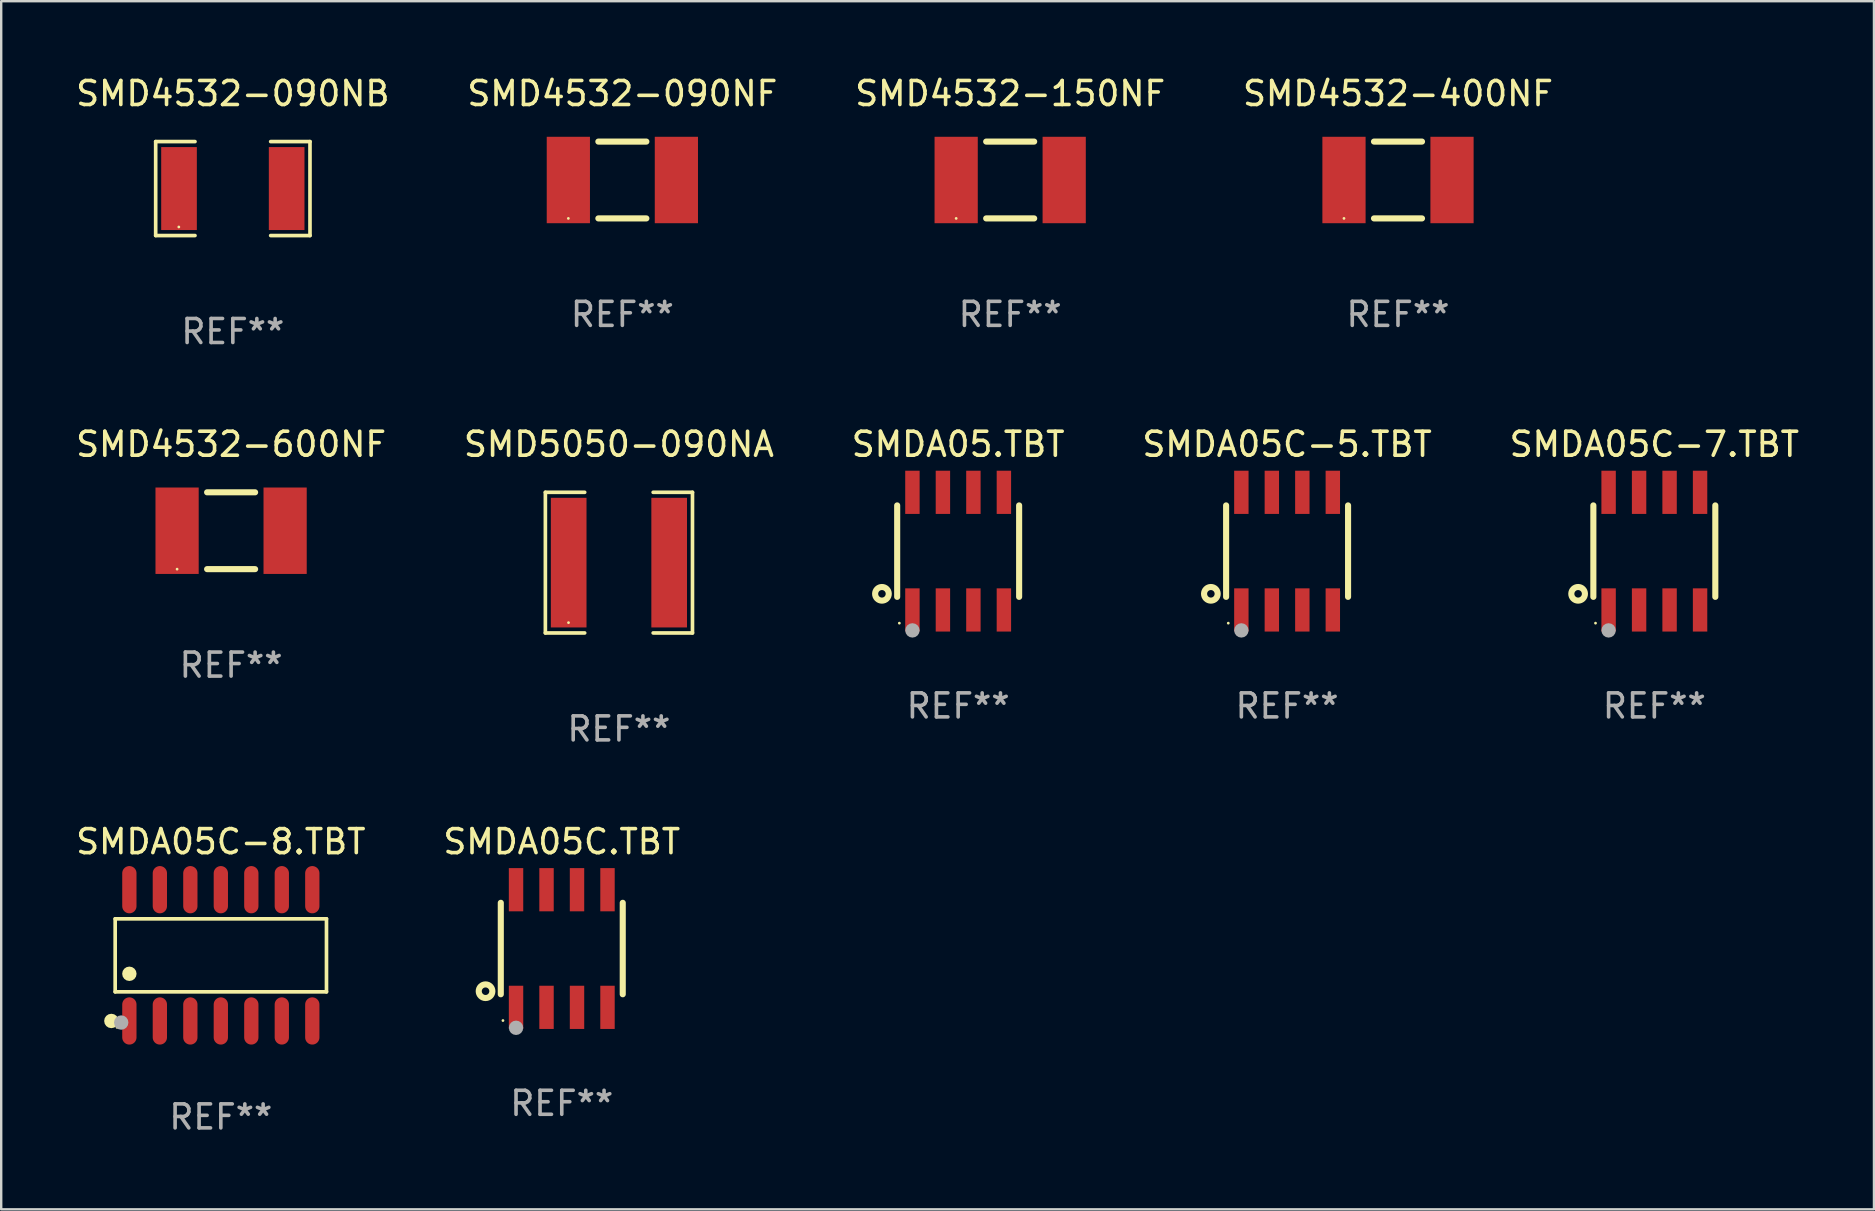
<source format=kicad_pcb>
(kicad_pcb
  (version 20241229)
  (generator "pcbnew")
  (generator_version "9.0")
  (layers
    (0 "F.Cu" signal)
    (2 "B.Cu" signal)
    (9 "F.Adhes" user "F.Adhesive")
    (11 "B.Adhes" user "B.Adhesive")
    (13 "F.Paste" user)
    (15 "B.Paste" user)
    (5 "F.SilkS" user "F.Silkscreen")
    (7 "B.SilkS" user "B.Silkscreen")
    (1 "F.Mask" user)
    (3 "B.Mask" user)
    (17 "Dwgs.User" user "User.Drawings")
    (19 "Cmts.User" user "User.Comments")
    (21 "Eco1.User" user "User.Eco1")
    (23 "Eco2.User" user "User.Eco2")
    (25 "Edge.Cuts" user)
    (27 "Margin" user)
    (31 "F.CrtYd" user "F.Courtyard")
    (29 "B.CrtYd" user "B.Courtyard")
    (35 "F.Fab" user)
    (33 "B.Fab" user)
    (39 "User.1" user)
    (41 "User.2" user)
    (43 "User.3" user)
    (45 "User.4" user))
  (footprint "SMD4532-090NB"
    (layer "F.Cu")
    (at 6.649 4.805)
    (property "Reference" "SMD4532-090NB" (at 0 -3.957 0) (layer "F.SilkS") (effects (font (size 1 1) (thickness 0.15))))
    (attr through_hole)
    (fp_line (start -3.214 -1.957) (end -1.576 -1.957) (stroke (width 0.152) (type solid)) (layer "F.SilkS"))
    (fp_line (start -3.214 1.957) (end -3.214 -1.957) (stroke (width 0.152) (type solid)) (layer "F.SilkS"))
    (fp_line (start -1.576 1.957) (end -3.214 1.957) (stroke (width 0.152) (type solid)) (layer "F.SilkS"))
    (fp_line (start 1.576 1.957) (end 3.214 1.957) (stroke (width 0.152) (type solid)) (layer "F.SilkS"))
    (fp_line (start 3.214 -1.957) (end 1.576 -1.957) (stroke (width 0.152) (type solid)) (layer "F.SilkS"))
    (fp_line (start 3.214 1.957) (end 3.214 -1.957) (stroke (width 0.152) (type solid)) (layer "F.SilkS"))
    (fp_circle (center -2.25 1.6) (end -2.22 1.6) (stroke (width 0.06) (type solid)) (fill no) (layer "F.SilkS"))
    (fp_text user "REF**" (at 0 5.957 0) (layer "F.Fab") (effects (font (size 1 1) (thickness 0.15))))
    (pad "1" smd rect (at -2.242 0) (size 1.485 3.456) (layers "F.Cu" "F.Mask" "F.Paste"))
    (pad "2" smd rect (at 2.242 0) (size 1.485 3.456) (layers "F.Cu" "F.Mask" "F.Paste")))
  (footprint "SMDA05C-7.TBT"
    (layer "F.Cu")
    (at 65.863 19.908)
    (property "Reference" "SMDA05C-7.TBT" (at 0 -4.45 0) (layer "F.SilkS") (effects (font (size 1 1) (thickness 0.15))))
    (attr through_hole)
    (fp_line (start -2.54 -1.905) (end -2.54 1.905) (stroke (width 0.254) (type solid)) (layer "F.SilkS"))
    (fp_line (start 2.54 -1.905) (end 2.54 1.905) (stroke (width 0.254) (type solid)) (layer "F.SilkS"))
    (fp_circle (center -3.175 1.778) (end -2.891 1.778) (stroke (width 0.254) (type solid)) (fill no) (layer "F.SilkS"))
    (fp_circle (center -2.45 3) (end -2.42 3) (stroke (width 0.06) (type solid)) (fill no) (layer "F.SilkS"))
    (fp_circle (center -1.905 3.302) (end -1.755 3.302) (stroke (width 0.3) (type solid)) (fill no) (layer "F.Fab"))
    (fp_text user "REF**" (at 0 6.45 0) (layer "F.Fab") (effects (font (size 1 1) (thickness 0.15))))
    (pad "1" smd rect (at -1.905 2.45) (size 0.6 1.8) (layers "F.Cu" "F.Mask" "F.Paste"))
    (pad "2" smd rect (at -0.635 2.45) (size 0.6 1.8) (layers "F.Cu" "F.Mask" "F.Paste"))
    (pad "3" smd rect (at 0.635 2.45) (size 0.6 1.8) (layers "F.Cu" "F.Mask" "F.Paste"))
    (pad "4" smd rect (at 1.905 2.45) (size 0.6 1.8) (layers "F.Cu" "F.Mask" "F.Paste"))
    (pad "5" smd rect (at 1.905 -2.45 180) (size 0.6 1.8) (layers "F.Cu" "F.Mask" "F.Paste"))
    (pad "6" smd rect (at 0.635 -2.45 180) (size 0.6 1.8) (layers "F.Cu" "F.Mask" "F.Paste"))
    (pad "7" smd rect (at -0.635 -2.45 180) (size 0.6 1.8) (layers "F.Cu" "F.Mask" "F.Paste"))
    (pad "8" smd rect (at -1.905 -2.45 180) (size 0.6 1.8) (layers "F.Cu" "F.Mask" "F.Paste")))
  (footprint "SMD4532-150NF"
    (layer "F.Cu")
    (at 39.03 4.448)
    (property "Reference" "SMD4532-150NF" (at 0 -3.6 0) (layer "F.SilkS") (effects (font (size 1 1) (thickness 0.15))))
    (attr through_hole)
    (fp_line (start -1 -1.6) (end 1 -1.6) (stroke (width 0.254) (type solid)) (layer "F.SilkS"))
    (fp_line (start 1 1.6) (end -1 1.6) (stroke (width 0.254) (type solid)) (layer "F.SilkS"))
    (fp_circle (center -2.25 1.6) (end -2.22 1.6) (stroke (width 0.06) (type solid)) (fill no) (layer "F.SilkS"))
    (fp_text user "REF**" (at 0 5.6 0) (layer "F.Fab") (effects (font (size 1 1) (thickness 0.15))))
    (pad "1" smd rect (at -2.25 0) (size 1.8 3.6) (layers "F.Cu" "F.Mask" "F.Paste"))
    (pad "2" smd rect (at 2.25 0) (size 1.8 3.6) (layers "F.Cu" "F.Mask" "F.Paste")))
  (footprint "SMDA05C-8.TBT"
    (layer "F.Cu")
    (at 6.149 36.745)
    (property "Reference" "SMDA05C-8.TBT" (at 0 -4.734 0) (layer "F.SilkS") (effects (font (size 1 1) (thickness 0.15))))
    (attr through_hole)
    (fp_line (start -4.401 -1.521) (end 4.401 -1.521) (stroke (width 0.152) (type solid)) (layer "F.SilkS"))
    (fp_line (start -4.401 1.521) (end -4.401 -1.521) (stroke (width 0.152) (type solid)) (layer "F.SilkS"))
    (fp_line (start 4.401 -1.521) (end 4.401 1.521) (stroke (width 0.152) (type solid)) (layer "F.SilkS"))
    (fp_line (start 4.401 1.521) (end -4.401 1.521) (stroke (width 0.152) (type solid)) (layer "F.SilkS"))
    (fp_circle (center -4.56 2.734) (end -4.41 2.734) (stroke (width 0.3) (type solid)) (fill no) (layer "F.SilkS"))
    (fp_circle (center -4.325 3) (end -4.295 3) (stroke (width 0.06) (type solid)) (fill no) (layer "F.SilkS"))
    (fp_circle (center -3.81 0.769) (end -3.66 0.769) (stroke (width 0.3) (type solid)) (fill no) (layer "F.SilkS"))
    (fp_circle (center -4.15 2.8) (end -4 2.8) (stroke (width 0.3) (type solid)) (fill no) (layer "F.Fab"))
    (fp_text user "REF**" (at 0 6.734 0) (layer "F.Fab") (effects (font (size 1 1) (thickness 0.15))))
    (pad "1" smd oval (at -3.81 2.734) (size 0.595 1.968) (layers "F.Cu" "F.Mask" "F.Paste"))
    (pad "2" smd oval (at -2.54 2.734) (size 0.595 1.968) (layers "F.Cu" "F.Mask" "F.Paste"))
    (pad "3" smd oval (at -1.27 2.734) (size 0.595 1.968) (layers "F.Cu" "F.Mask" "F.Paste"))
    (pad "4" smd oval (at 0 2.734) (size 0.595 1.968) (layers "F.Cu" "F.Mask" "F.Paste"))
    (pad "5" smd oval (at 1.27 2.734) (size 0.595 1.968) (layers "F.Cu" "F.Mask" "F.Paste"))
    (pad "6" smd oval (at 2.54 2.734) (size 0.595 1.968) (layers "F.Cu" "F.Mask" "F.Paste"))
    (pad "7" smd oval (at 3.81 2.734) (size 0.595 1.968) (layers "F.Cu" "F.Mask" "F.Paste"))
    (pad "8" smd oval (at 3.81 -2.734) (size 0.595 1.968) (layers "F.Cu" "F.Mask" "F.Paste"))
    (pad "9" smd oval (at 2.54 -2.734) (size 0.595 1.968) (layers "F.Cu" "F.Mask" "F.Paste"))
    (pad "10" smd oval (at 1.27 -2.734) (size 0.595 1.968) (layers "F.Cu" "F.Mask" "F.Paste"))
    (pad "11" smd oval (at 0 -2.734) (size 0.595 1.968) (layers "F.Cu" "F.Mask" "F.Paste"))
    (pad "12" smd oval (at -1.27 -2.734) (size 0.595 1.968) (layers "F.Cu" "F.Mask" "F.Paste"))
    (pad "13" smd oval (at -2.54 -2.734) (size 0.595 1.968) (layers "F.Cu" "F.Mask" "F.Paste"))
    (pad "14" smd oval (at -3.81 -2.734) (size 0.595 1.968) (layers "F.Cu" "F.Mask" "F.Paste")))
  (footprint "SMD5050-090NA"
    (layer "F.Cu")
    (at 22.732 20.387)
    (property "Reference" "SMD5050-090NA" (at 0 -4.929 0) (layer "F.SilkS") (effects (font (size 1 1) (thickness 0.15))))
    (attr through_hole)
    (fp_line (start -3.064 -2.929) (end -1.426 -2.929) (stroke (width 0.152) (type solid)) (layer "F.SilkS"))
    (fp_line (start -3.064 2.929) (end -3.064 -2.929) (stroke (width 0.152) (type solid)) (layer "F.SilkS"))
    (fp_line (start -1.426 2.929) (end -3.064 2.929) (stroke (width 0.152) (type solid)) (layer "F.SilkS"))
    (fp_line (start 1.426 2.929) (end 3.064 2.929) (stroke (width 0.152) (type solid)) (layer "F.SilkS"))
    (fp_line (start 3.064 -2.929) (end 1.426 -2.929) (stroke (width 0.152) (type solid)) (layer "F.SilkS"))
    (fp_line (start 3.064 2.929) (end 3.064 -2.929) (stroke (width 0.152) (type solid)) (layer "F.SilkS"))
    (fp_circle (center -2.1 2.5) (end -2.07 2.5) (stroke (width 0.06) (type solid)) (fill no) (layer "F.SilkS"))
    (fp_text user "REF**" (at 0 6.929 0) (layer "F.Fab") (effects (font (size 1 1) (thickness 0.15))))
    (pad "1" smd rect (at -2.093 0) (size 1.485 5.4) (layers "F.Cu" "F.Mask" "F.Paste"))
    (pad "2" smd rect (at 2.093 0) (size 1.485 5.4) (layers "F.Cu" "F.Mask" "F.Paste")))
  (footprint "SMDA05C-5.TBT"
    (layer "F.Cu")
    (at 50.565 19.908)
    (property "Reference" "SMDA05C-5.TBT" (at 0 -4.45 0) (layer "F.SilkS") (effects (font (size 1 1) (thickness 0.15))))
    (attr through_hole)
    (fp_line (start -2.54 -1.905) (end -2.54 1.905) (stroke (width 0.254) (type solid)) (layer "F.SilkS"))
    (fp_line (start 2.54 -1.905) (end 2.54 1.905) (stroke (width 0.254) (type solid)) (layer "F.SilkS"))
    (fp_circle (center -3.175 1.778) (end -2.891 1.778) (stroke (width 0.254) (type solid)) (fill no) (layer "F.SilkS"))
    (fp_circle (center -2.45 3) (end -2.42 3) (stroke (width 0.06) (type solid)) (fill no) (layer "F.SilkS"))
    (fp_circle (center -1.905 3.302) (end -1.755 3.302) (stroke (width 0.3) (type solid)) (fill no) (layer "F.Fab"))
    (fp_text user "REF**" (at 0 6.45 0) (layer "F.Fab") (effects (font (size 1 1) (thickness 0.15))))
    (pad "1" smd rect (at -1.905 2.45) (size 0.6 1.8) (layers "F.Cu" "F.Mask" "F.Paste"))
    (pad "2" smd rect (at -0.635 2.45) (size 0.6 1.8) (layers "F.Cu" "F.Mask" "F.Paste"))
    (pad "3" smd rect (at 0.635 2.45) (size 0.6 1.8) (layers "F.Cu" "F.Mask" "F.Paste"))
    (pad "4" smd rect (at 1.905 2.45) (size 0.6 1.8) (layers "F.Cu" "F.Mask" "F.Paste"))
    (pad "5" smd rect (at 1.905 -2.45 180) (size 0.6 1.8) (layers "F.Cu" "F.Mask" "F.Paste"))
    (pad "6" smd rect (at 0.635 -2.45 180) (size 0.6 1.8) (layers "F.Cu" "F.Mask" "F.Paste"))
    (pad "7" smd rect (at -0.635 -2.45 180) (size 0.6 1.8) (layers "F.Cu" "F.Mask" "F.Paste"))
    (pad "8" smd rect (at -1.905 -2.45 180) (size 0.6 1.8) (layers "F.Cu" "F.Mask" "F.Paste")))
  (footprint "SMD4532-090NF"
    (layer "F.Cu")
    (at 22.875 4.448)
    (property "Reference" "SMD4532-090NF" (at 0 -3.6 0) (layer "F.SilkS") (effects (font (size 1 1) (thickness 0.15))))
    (attr through_hole)
    (fp_line (start -1 -1.6) (end 1 -1.6) (stroke (width 0.254) (type solid)) (layer "F.SilkS"))
    (fp_line (start 1 1.6) (end -1 1.6) (stroke (width 0.254) (type solid)) (layer "F.SilkS"))
    (fp_circle (center -2.25 1.6) (end -2.22 1.6) (stroke (width 0.06) (type solid)) (fill no) (layer "F.SilkS"))
    (fp_text user "REF**" (at 0 5.6 0) (layer "F.Fab") (effects (font (size 1 1) (thickness 0.15))))
    (pad "1" smd rect (at -2.25 0) (size 1.8 3.6) (layers "F.Cu" "F.Mask" "F.Paste"))
    (pad "2" smd rect (at 2.25 0) (size 1.8 3.6) (layers "F.Cu" "F.Mask" "F.Paste")))
  (footprint "SMD4532-400NF"
    (layer "F.Cu")
    (at 55.185 4.448)
    (property "Reference" "SMD4532-400NF" (at 0 -3.6 0) (layer "F.SilkS") (effects (font (size 1 1) (thickness 0.15))))
    (attr through_hole)
    (fp_line (start -1 -1.6) (end 1 -1.6) (stroke (width 0.254) (type solid)) (layer "F.SilkS"))
    (fp_line (start 1 1.6) (end -1 1.6) (stroke (width 0.254) (type solid)) (layer "F.SilkS"))
    (fp_circle (center -2.25 1.6) (end -2.22 1.6) (stroke (width 0.06) (type solid)) (fill no) (layer "F.SilkS"))
    (fp_text user "REF**" (at 0 5.6 0) (layer "F.Fab") (effects (font (size 1 1) (thickness 0.15))))
    (pad "1" smd rect (at -2.25 0) (size 1.8 3.6) (layers "F.Cu" "F.Mask" "F.Paste"))
    (pad "2" smd rect (at 2.25 0) (size 1.8 3.6) (layers "F.Cu" "F.Mask" "F.Paste")))
  (footprint "SMDA05.TBT"
    (layer "F.Cu")
    (at 36.863 19.908)
    (property "Reference" "SMDA05.TBT" (at 0 -4.45 0) (layer "F.SilkS") (effects (font (size 1 1) (thickness 0.15))))
    (attr through_hole)
    (fp_line (start -2.54 -1.905) (end -2.54 1.905) (stroke (width 0.254) (type solid)) (layer "F.SilkS"))
    (fp_line (start 2.54 -1.905) (end 2.54 1.905) (stroke (width 0.254) (type solid)) (layer "F.SilkS"))
    (fp_circle (center -3.175 1.778) (end -2.891 1.778) (stroke (width 0.254) (type solid)) (fill no) (layer "F.SilkS"))
    (fp_circle (center -2.45 3) (end -2.42 3) (stroke (width 0.06) (type solid)) (fill no) (layer "F.SilkS"))
    (fp_circle (center -1.905 3.302) (end -1.755 3.302) (stroke (width 0.3) (type solid)) (fill no) (layer "F.Fab"))
    (fp_text user "REF**" (at 0 6.45 0) (layer "F.Fab") (effects (font (size 1 1) (thickness 0.15))))
    (pad "1" smd rect (at -1.905 2.45) (size 0.6 1.8) (layers "F.Cu" "F.Mask" "F.Paste"))
    (pad "2" smd rect (at -0.635 2.45) (size 0.6 1.8) (layers "F.Cu" "F.Mask" "F.Paste"))
    (pad "3" smd rect (at 0.635 2.45) (size 0.6 1.8) (layers "F.Cu" "F.Mask" "F.Paste"))
    (pad "4" smd rect (at 1.905 2.45) (size 0.6 1.8) (layers "F.Cu" "F.Mask" "F.Paste"))
    (pad "5" smd rect (at 1.905 -2.45 180) (size 0.6 1.8) (layers "F.Cu" "F.Mask" "F.Paste"))
    (pad "6" smd rect (at 0.635 -2.45 180) (size 0.6 1.8) (layers "F.Cu" "F.Mask" "F.Paste"))
    (pad "7" smd rect (at -0.635 -2.45 180) (size 0.6 1.8) (layers "F.Cu" "F.Mask" "F.Paste"))
    (pad "8" smd rect (at -1.905 -2.45 180) (size 0.6 1.8) (layers "F.Cu" "F.Mask" "F.Paste")))
  (footprint "SMD4532-600NF"
    (layer "F.Cu")
    (at 6.577 19.058)
    (property "Reference" "SMD4532-600NF" (at 0 -3.6 0) (layer "F.SilkS") (effects (font (size 1 1) (thickness 0.15))))
    (attr through_hole)
    (fp_line (start -1 -1.6) (end 1 -1.6) (stroke (width 0.254) (type solid)) (layer "F.SilkS"))
    (fp_line (start 1 1.6) (end -1 1.6) (stroke (width 0.254) (type solid)) (layer "F.SilkS"))
    (fp_circle (center -2.25 1.6) (end -2.22 1.6) (stroke (width 0.06) (type solid)) (fill no) (layer "F.SilkS"))
    (fp_text user "REF**" (at 0 5.6 0) (layer "F.Fab") (effects (font (size 1 1) (thickness 0.15))))
    (pad "1" smd rect (at -2.25 0) (size 1.8 3.6) (layers "F.Cu" "F.Mask" "F.Paste"))
    (pad "2" smd rect (at 2.25 0) (size 1.8 3.6) (layers "F.Cu" "F.Mask" "F.Paste")))
  (footprint "SMDA05C.TBT"
    (layer "F.Cu")
    (at 20.351 36.462)
    (property "Reference" "SMDA05C.TBT" (at 0 -4.45 0) (layer "F.SilkS") (effects (font (size 1 1) (thickness 0.15))))
    (attr through_hole)
    (fp_line (start -2.54 -1.905) (end -2.54 1.905) (stroke (width 0.254) (type solid)) (layer "F.SilkS"))
    (fp_line (start 2.54 -1.905) (end 2.54 1.905) (stroke (width 0.254) (type solid)) (layer "F.SilkS"))
    (fp_circle (center -3.175 1.778) (end -2.891 1.778) (stroke (width 0.254) (type solid)) (fill no) (layer "F.SilkS"))
    (fp_circle (center -2.45 3) (end -2.42 3) (stroke (width 0.06) (type solid)) (fill no) (layer "F.SilkS"))
    (fp_circle (center -1.905 3.302) (end -1.755 3.302) (stroke (width 0.3) (type solid)) (fill no) (layer "F.Fab"))
    (fp_text user "REF**" (at 0 6.45 0) (layer "F.Fab") (effects (font (size 1 1) (thickness 0.15))))
    (pad "1" smd rect (at -1.905 2.45) (size 0.6 1.8) (layers "F.Cu" "F.Mask" "F.Paste"))
    (pad "2" smd rect (at -0.635 2.45) (size 0.6 1.8) (layers "F.Cu" "F.Mask" "F.Paste"))
    (pad "3" smd rect (at 0.635 2.45) (size 0.6 1.8) (layers "F.Cu" "F.Mask" "F.Paste"))
    (pad "4" smd rect (at 1.905 2.45) (size 0.6 1.8) (layers "F.Cu" "F.Mask" "F.Paste"))
    (pad "5" smd rect (at 1.905 -2.45 180) (size 0.6 1.8) (layers "F.Cu" "F.Mask" "F.Paste"))
    (pad "6" smd rect (at 0.635 -2.45 180) (size 0.6 1.8) (layers "F.Cu" "F.Mask" "F.Paste"))
    (pad "7" smd rect (at -0.635 -2.45 180) (size 0.6 1.8) (layers "F.Cu" "F.Mask" "F.Paste"))
    (pad "8" smd rect (at -1.905 -2.45 180) (size 0.6 1.8) (layers "F.Cu" "F.Mask" "F.Paste")))
  (gr_rect
    (start -3 -3)
    (end 75.012 47.327)
    (stroke (width 0.1) (type default))
    (fill no)
    (layer "Edge.Cuts")))
</source>
